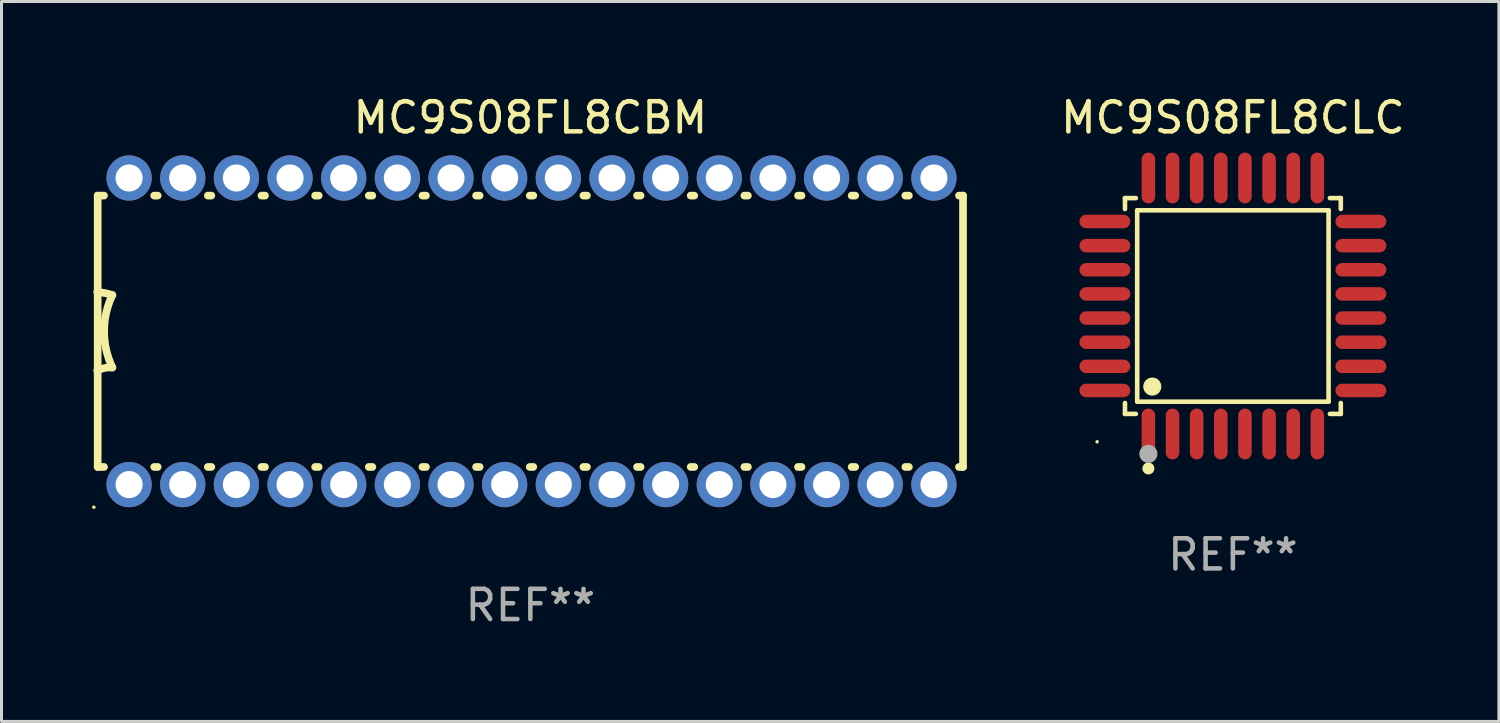
<source format=kicad_pcb>
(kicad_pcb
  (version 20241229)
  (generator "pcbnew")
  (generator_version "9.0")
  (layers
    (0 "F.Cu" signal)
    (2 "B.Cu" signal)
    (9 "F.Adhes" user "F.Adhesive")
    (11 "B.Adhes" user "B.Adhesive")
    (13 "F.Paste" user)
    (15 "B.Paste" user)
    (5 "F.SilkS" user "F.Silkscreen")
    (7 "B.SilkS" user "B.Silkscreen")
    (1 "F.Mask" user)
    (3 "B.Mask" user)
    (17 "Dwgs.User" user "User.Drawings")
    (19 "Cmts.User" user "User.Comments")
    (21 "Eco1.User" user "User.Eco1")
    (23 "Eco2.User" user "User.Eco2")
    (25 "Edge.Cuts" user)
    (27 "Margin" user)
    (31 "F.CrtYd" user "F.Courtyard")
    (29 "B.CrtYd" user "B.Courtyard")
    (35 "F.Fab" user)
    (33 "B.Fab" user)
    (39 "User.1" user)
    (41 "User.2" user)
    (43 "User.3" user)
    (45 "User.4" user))
  (footprint "MC9S08FL8CLC"
    (layer "F.Cu")
    (at 37.806 7.09)
    (property "Reference" "MC9S08FL8CLC" (at 0 -6.242 0) (layer "F.SilkS") (effects (font (size 1 1) (thickness 0.15))))
    (attr through_hole)
    (fp_line (start -3.576 -3.576) (end -3.215 -3.576) (stroke (width 0.152) (type solid)) (layer "F.SilkS"))
    (fp_line (start -3.576 -3.215) (end -3.576 -3.576) (stroke (width 0.152) (type solid)) (layer "F.SilkS"))
    (fp_line (start -3.576 3.215) (end -3.576 3.576) (stroke (width 0.152) (type solid)) (layer "F.SilkS"))
    (fp_line (start -3.576 3.576) (end -3.215 3.576) (stroke (width 0.152) (type solid)) (layer "F.SilkS"))
    (fp_line (start -3.171 -3.171) (end 3.171 -3.171) (stroke (width 0.152) (type solid)) (layer "F.SilkS"))
    (fp_line (start -3.171 3.171) (end -3.171 -3.171) (stroke (width 0.152) (type solid)) (layer "F.SilkS"))
    (fp_line (start 3.171 -3.171) (end 3.171 3.171) (stroke (width 0.152) (type solid)) (layer "F.SilkS"))
    (fp_line (start 3.171 3.171) (end -3.171 3.171) (stroke (width 0.152) (type solid)) (layer "F.SilkS"))
    (fp_line (start 3.576 -3.576) (end 3.215 -3.576) (stroke (width 0.152) (type solid)) (layer "F.SilkS"))
    (fp_line (start 3.576 -3.215) (end 3.576 -3.576) (stroke (width 0.152) (type solid)) (layer "F.SilkS"))
    (fp_line (start 3.576 3.215) (end 3.576 3.576) (stroke (width 0.152) (type solid)) (layer "F.SilkS"))
    (fp_line (start 3.576 3.576) (end 3.215 3.576) (stroke (width 0.152) (type solid)) (layer "F.SilkS"))
    (fp_circle (center -4.5 4.5) (end -4.47 4.5) (stroke (width 0.06) (type solid)) (fill no) (layer "F.SilkS"))
    (fp_circle (center -2.8 5.384) (end -2.7 5.384) (stroke (width 0.2) (type solid)) (fill no) (layer "F.SilkS"))
    (fp_circle (center -2.671 2.671) (end -2.521 2.671) (stroke (width 0.3) (type solid)) (fill no) (layer "F.SilkS"))
    (fp_circle (center -2.8 4.9) (end -2.65 4.9) (stroke (width 0.3) (type solid)) (fill no) (layer "F.Fab"))
    (fp_text user "REF**" (at 0 8.242 0) (layer "F.Fab") (effects (font (size 1 1) (thickness 0.15))))
    (pad "1" smd oval (at -2.8 4.242) (size 0.448 1.684) (layers "F.Cu" "F.Mask" "F.Paste"))
    (pad "2" smd oval (at -2 4.242) (size 0.448 1.684) (layers "F.Cu" "F.Mask" "F.Paste"))
    (pad "3" smd oval (at -1.2 4.242) (size 0.448 1.684) (layers "F.Cu" "F.Mask" "F.Paste"))
    (pad "4" smd oval (at -0.4 4.242) (size 0.448 1.684) (layers "F.Cu" "F.Mask" "F.Paste"))
    (pad "5" smd oval (at 0.4 4.242) (size 0.448 1.684) (layers "F.Cu" "F.Mask" "F.Paste"))
    (pad "6" smd oval (at 1.2 4.242) (size 0.448 1.684) (layers "F.Cu" "F.Mask" "F.Paste"))
    (pad "7" smd oval (at 2 4.242) (size 0.448 1.684) (layers "F.Cu" "F.Mask" "F.Paste"))
    (pad "8" smd oval (at 2.8 4.242) (size 0.448 1.684) (layers "F.Cu" "F.Mask" "F.Paste"))
    (pad "9" smd oval (at 4.242 2.8) (size 1.684 0.448) (layers "F.Cu" "F.Mask" "F.Paste"))
    (pad "10" smd oval (at 4.242 2) (size 1.684 0.448) (layers "F.Cu" "F.Mask" "F.Paste"))
    (pad "11" smd oval (at 4.242 1.2) (size 1.684 0.448) (layers "F.Cu" "F.Mask" "F.Paste"))
    (pad "12" smd oval (at 4.242 0.4) (size 1.684 0.448) (layers "F.Cu" "F.Mask" "F.Paste"))
    (pad "13" smd oval (at 4.242 -0.4) (size 1.684 0.448) (layers "F.Cu" "F.Mask" "F.Paste"))
    (pad "14" smd oval (at 4.242 -1.2) (size 1.684 0.448) (layers "F.Cu" "F.Mask" "F.Paste"))
    (pad "15" smd oval (at 4.242 -2) (size 1.684 0.448) (layers "F.Cu" "F.Mask" "F.Paste"))
    (pad "16" smd oval (at 4.242 -2.8) (size 1.684 0.448) (layers "F.Cu" "F.Mask" "F.Paste"))
    (pad "17" smd oval (at 2.8 -4.242) (size 0.448 1.684) (layers "F.Cu" "F.Mask" "F.Paste"))
    (pad "18" smd oval (at 2 -4.242) (size 0.448 1.684) (layers "F.Cu" "F.Mask" "F.Paste"))
    (pad "19" smd oval (at 1.2 -4.242) (size 0.448 1.684) (layers "F.Cu" "F.Mask" "F.Paste"))
    (pad "20" smd oval (at 0.4 -4.242) (size 0.448 1.684) (layers "F.Cu" "F.Mask" "F.Paste"))
    (pad "21" smd oval (at -0.4 -4.242) (size 0.448 1.684) (layers "F.Cu" "F.Mask" "F.Paste"))
    (pad "22" smd oval (at -1.2 -4.242) (size 0.448 1.684) (layers "F.Cu" "F.Mask" "F.Paste"))
    (pad "23" smd oval (at -2 -4.242) (size 0.448 1.684) (layers "F.Cu" "F.Mask" "F.Paste"))
    (pad "24" smd oval (at -2.8 -4.242) (size 0.448 1.684) (layers "F.Cu" "F.Mask" "F.Paste"))
    (pad "25" smd oval (at -4.242 -2.8) (size 1.684 0.448) (layers "F.Cu" "F.Mask" "F.Paste"))
    (pad "26" smd oval (at -4.242 -2) (size 1.684 0.448) (layers "F.Cu" "F.Mask" "F.Paste"))
    (pad "27" smd oval (at -4.242 -1.2) (size 1.684 0.448) (layers "F.Cu" "F.Mask" "F.Paste"))
    (pad "28" smd oval (at -4.242 -0.4) (size 1.684 0.448) (layers "F.Cu" "F.Mask" "F.Paste"))
    (pad "29" smd oval (at -4.242 0.4) (size 1.684 0.448) (layers "F.Cu" "F.Mask" "F.Paste"))
    (pad "30" smd oval (at -4.242 1.2) (size 1.684 0.448) (layers "F.Cu" "F.Mask" "F.Paste"))
    (pad "31" smd oval (at -4.242 2) (size 1.684 0.448) (layers "F.Cu" "F.Mask" "F.Paste"))
    (pad "32" smd oval (at -4.242 2.8) (size 1.684 0.448) (layers "F.Cu" "F.Mask" "F.Paste")))
  (footprint "MC9S08FL8CBM"
    (layer "F.Cu")
    (at 14.525 7.928)
    (property "Reference" "MC9S08FL8CBM" (at 0 -7.08 0) (layer "F.SilkS") (effects (font (size 1 1) (thickness 0.15))))
    (attr through_hole)
    (fp_line (start -14.338 -4.496) (end -14.128 -4.496) (stroke (width 0.254) (type solid)) (layer "F.SilkS"))
    (fp_line (start -14.338 -1.295) (end -14.338 -4.496) (stroke (width 0.254) (type solid)) (layer "F.SilkS"))
    (fp_line (start -14.338 1.295) (end -14.338 -1.295) (stroke (width 0.254) (type solid)) (layer "F.SilkS"))
    (fp_line (start -14.338 4.496) (end -14.338 1.295) (stroke (width 0.254) (type solid)) (layer "F.SilkS"))
    (fp_line (start -14.338 4.496) (end -14.128 4.496) (stroke (width 0.254) (type solid)) (layer "F.SilkS"))
    (fp_line (start -12.466 -4.496) (end -12.35 -4.496) (stroke (width 0.254) (type solid)) (layer "F.SilkS"))
    (fp_line (start -12.466 4.496) (end -12.35 4.496) (stroke (width 0.254) (type solid)) (layer "F.SilkS"))
    (fp_line (start -10.688 -4.496) (end -10.572 -4.496) (stroke (width 0.254) (type solid)) (layer "F.SilkS"))
    (fp_line (start -10.688 4.496) (end -10.572 4.496) (stroke (width 0.254) (type solid)) (layer "F.SilkS"))
    (fp_line (start -8.91 -4.496) (end -8.793 -4.496) (stroke (width 0.254) (type solid)) (layer "F.SilkS"))
    (fp_line (start -8.91 4.496) (end -8.793 4.496) (stroke (width 0.254) (type solid)) (layer "F.SilkS"))
    (fp_line (start -7.132 -4.496) (end -7.015 -4.496) (stroke (width 0.254) (type solid)) (layer "F.SilkS"))
    (fp_line (start -7.132 4.496) (end -7.015 4.496) (stroke (width 0.254) (type solid)) (layer "F.SilkS"))
    (fp_line (start -5.354 -4.496) (end -5.237 -4.496) (stroke (width 0.254) (type solid)) (layer "F.SilkS"))
    (fp_line (start -5.354 4.496) (end -5.237 4.496) (stroke (width 0.254) (type solid)) (layer "F.SilkS"))
    (fp_line (start -3.576 -4.496) (end -3.459 -4.496) (stroke (width 0.254) (type solid)) (layer "F.SilkS"))
    (fp_line (start -3.576 4.496) (end -3.459 4.496) (stroke (width 0.254) (type solid)) (layer "F.SilkS"))
    (fp_line (start -1.798 -4.496) (end -1.681 -4.496) (stroke (width 0.254) (type solid)) (layer "F.SilkS"))
    (fp_line (start -1.798 4.496) (end -1.681 4.496) (stroke (width 0.254) (type solid)) (layer "F.SilkS"))
    (fp_line (start -0.02 -4.496) (end 0.097 -4.496) (stroke (width 0.254) (type solid)) (layer "F.SilkS"))
    (fp_line (start -0.02 4.496) (end 0.097 4.496) (stroke (width 0.254) (type solid)) (layer "F.SilkS"))
    (fp_line (start 1.758 -4.496) (end 1.875 -4.496) (stroke (width 0.254) (type solid)) (layer "F.SilkS"))
    (fp_line (start 1.758 4.496) (end 1.875 4.496) (stroke (width 0.254) (type solid)) (layer "F.SilkS"))
    (fp_line (start 3.536 -4.496) (end 3.653 -4.496) (stroke (width 0.254) (type solid)) (layer "F.SilkS"))
    (fp_line (start 3.536 4.496) (end 3.653 4.496) (stroke (width 0.254) (type solid)) (layer "F.SilkS"))
    (fp_line (start 5.314 -4.496) (end 5.431 -4.496) (stroke (width 0.254) (type solid)) (layer "F.SilkS"))
    (fp_line (start 5.314 4.496) (end 5.431 4.496) (stroke (width 0.254) (type solid)) (layer "F.SilkS"))
    (fp_line (start 7.092 -4.496) (end 7.209 -4.496) (stroke (width 0.254) (type solid)) (layer "F.SilkS"))
    (fp_line (start 7.092 4.496) (end 7.209 4.496) (stroke (width 0.254) (type solid)) (layer "F.SilkS"))
    (fp_line (start 8.87 -4.496) (end 8.987 -4.496) (stroke (width 0.254) (type solid)) (layer "F.SilkS"))
    (fp_line (start 8.87 4.496) (end 8.987 4.496) (stroke (width 0.254) (type solid)) (layer "F.SilkS"))
    (fp_line (start 10.648 -4.496) (end 10.765 -4.496) (stroke (width 0.254) (type solid)) (layer "F.SilkS"))
    (fp_line (start 10.648 4.496) (end 10.765 4.496) (stroke (width 0.254) (type solid)) (layer "F.SilkS"))
    (fp_line (start 12.426 -4.496) (end 12.543 -4.496) (stroke (width 0.254) (type solid)) (layer "F.SilkS"))
    (fp_line (start 12.426 4.496) (end 12.543 4.496) (stroke (width 0.254) (type solid)) (layer "F.SilkS"))
    (fp_line (start 14.204 -4.496) (end 14.338 -4.496) (stroke (width 0.254) (type solid)) (layer "F.SilkS"))
    (fp_line (start 14.204 4.496) (end 14.338 4.496) (stroke (width 0.254) (type solid)) (layer "F.SilkS"))
    (fp_line (start 14.338 -4.496) (end 14.338 4.496) (stroke (width 0.254) (type solid)) (layer "F.SilkS"))
    (fp_arc (start -14.350902 -1.3) (mid -14.09779 -1.26556) (end -13.850902 -1.2) (stroke (width 0.254001) (type solid)) (layer "F.SilkS"))
    (fp_arc (start -14.350902 1.3) (mid -14.107595 1.216535) (end -13.850902 1.2) (stroke (width 0.254001) (type solid)) (layer "F.SilkS"))
    (fp_arc (start -13.850902 1.2) (mid -14.123939 0) (end -13.850902 -1.2) (stroke (width 0.254001) (type solid)) (layer "F.SilkS"))
    (fp_circle (center -14.465 5.83) (end -14.435 5.83) (stroke (width 0.06) (type solid)) (fill no) (layer "F.SilkS"))
    (fp_text user "REF**" (at 0 9.08 0) (layer "F.Fab") (effects (font (size 1 1) (thickness 0.15))))
    (pad "1" thru_hole circle (at -13.297 5.08) (size 1.5 1.5) (drill 0.9) (layers "*.Cu" "*.Mask"))
    (pad "2" thru_hole circle (at -11.519 5.08) (size 1.5 1.5) (drill 0.9) (layers "*.Cu" "*.Mask"))
    (pad "3" thru_hole circle (at -9.741 5.08) (size 1.5 1.5) (drill 0.9) (layers "*.Cu" "*.Mask"))
    (pad "4" thru_hole circle (at -7.963 5.08) (size 1.5 1.5) (drill 0.9) (layers "*.Cu" "*.Mask"))
    (pad "5" thru_hole circle (at -6.185 5.08) (size 1.5 1.5) (drill 0.9) (layers "*.Cu" "*.Mask"))
    (pad "6" thru_hole circle (at -4.407 5.08) (size 1.5 1.5) (drill 0.9) (layers "*.Cu" "*.Mask"))
    (pad "7" thru_hole circle (at -2.629 5.08) (size 1.5 1.5) (drill 0.9) (layers "*.Cu" "*.Mask"))
    (pad "8" thru_hole circle (at -0.851 5.08) (size 1.5 1.5) (drill 0.9) (layers "*.Cu" "*.Mask"))
    (pad "9" thru_hole circle (at 0.927 5.08) (size 1.5 1.5) (drill 0.9) (layers "*.Cu" "*.Mask"))
    (pad "10" thru_hole circle (at 2.705 5.08) (size 1.5 1.5) (drill 0.9) (layers "*.Cu" "*.Mask"))
    (pad "11" thru_hole circle (at 4.483 5.08) (size 1.5 1.5) (drill 0.9) (layers "*.Cu" "*.Mask"))
    (pad "12" thru_hole circle (at 6.261 5.08) (size 1.5 1.5) (drill 0.9) (layers "*.Cu" "*.Mask"))
    (pad "13" thru_hole circle (at 8.039 5.08) (size 1.5 1.5) (drill 0.9) (layers "*.Cu" "*.Mask"))
    (pad "14" thru_hole circle (at 9.817 5.08) (size 1.5 1.5) (drill 0.9) (layers "*.Cu" "*.Mask"))
    (pad "15" thru_hole circle (at 11.595 5.08) (size 1.5 1.5) (drill 0.9) (layers "*.Cu" "*.Mask"))
    (pad "16" thru_hole circle (at 13.373 5.08) (size 1.5 1.5) (drill 0.9) (layers "*.Cu" "*.Mask"))
    (pad "17" thru_hole circle (at 13.373 -5.08) (size 1.5 1.5) (drill 0.9) (layers "*.Cu" "*.Mask"))
    (pad "18" thru_hole circle (at 11.595 -5.08) (size 1.5 1.5) (drill 0.9) (layers "*.Cu" "*.Mask"))
    (pad "19" thru_hole circle (at 9.817 -5.08) (size 1.5 1.5) (drill 0.9) (layers "*.Cu" "*.Mask"))
    (pad "20" thru_hole circle (at 8.039 -5.08) (size 1.5 1.5) (drill 0.9) (layers "*.Cu" "*.Mask"))
    (pad "21" thru_hole circle (at 6.261 -5.08) (size 1.5 1.5) (drill 0.9) (layers "*.Cu" "*.Mask"))
    (pad "22" thru_hole circle (at 4.483 -5.08) (size 1.5 1.5) (drill 0.9) (layers "*.Cu" "*.Mask"))
    (pad "23" thru_hole circle (at 2.705 -5.08) (size 1.5 1.5) (drill 0.9) (layers "*.Cu" "*.Mask"))
    (pad "24" thru_hole circle (at 0.927 -5.08) (size 1.5 1.5) (drill 0.9) (layers "*.Cu" "*.Mask"))
    (pad "25" thru_hole circle (at -0.851 -5.08) (size 1.5 1.5) (drill 0.9) (layers "*.Cu" "*.Mask"))
    (pad "26" thru_hole circle (at -2.629 -5.08) (size 1.5 1.5) (drill 0.9) (layers "*.Cu" "*.Mask"))
    (pad "27" thru_hole circle (at -4.407 -5.08) (size 1.5 1.5) (drill 0.9) (layers "*.Cu" "*.Mask"))
    (pad "28" thru_hole circle (at -6.185 -5.08) (size 1.5 1.5) (drill 0.9) (layers "*.Cu" "*.Mask"))
    (pad "29" thru_hole circle (at -7.963 -5.08) (size 1.5 1.5) (drill 0.9) (layers "*.Cu" "*.Mask"))
    (pad "30" thru_hole circle (at -9.741 -5.08) (size 1.5 1.5) (drill 0.9) (layers "*.Cu" "*.Mask"))
    (pad "31" thru_hole circle (at -11.519 -5.08) (size 1.5 1.5) (drill 0.9) (layers "*.Cu" "*.Mask"))
    (pad "32" thru_hole circle (at -13.297 -5.08) (size 1.5 1.5) (drill 0.9) (layers "*.Cu" "*.Mask")))
  (gr_rect
    (start -3 -3)
    (end 46.622 20.857)
    (stroke (width 0.1) (type default))
    (fill no)
    (layer "Edge.Cuts")))
</source>
